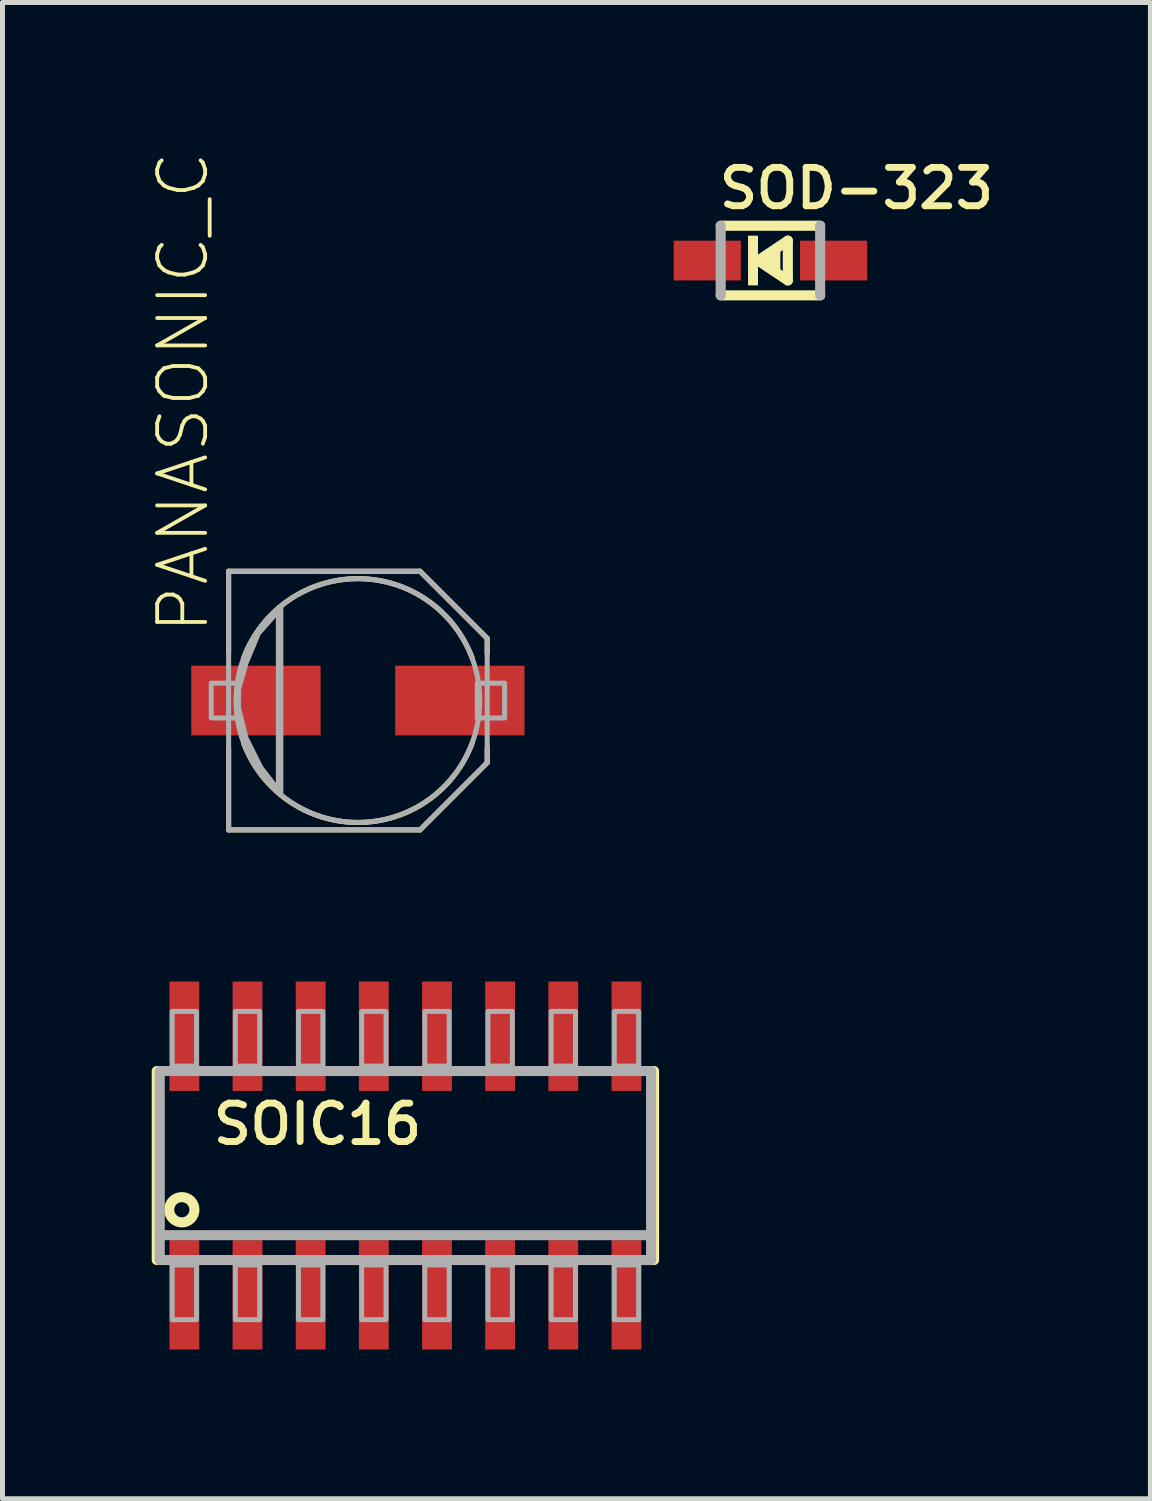
<source format=kicad_pcb>
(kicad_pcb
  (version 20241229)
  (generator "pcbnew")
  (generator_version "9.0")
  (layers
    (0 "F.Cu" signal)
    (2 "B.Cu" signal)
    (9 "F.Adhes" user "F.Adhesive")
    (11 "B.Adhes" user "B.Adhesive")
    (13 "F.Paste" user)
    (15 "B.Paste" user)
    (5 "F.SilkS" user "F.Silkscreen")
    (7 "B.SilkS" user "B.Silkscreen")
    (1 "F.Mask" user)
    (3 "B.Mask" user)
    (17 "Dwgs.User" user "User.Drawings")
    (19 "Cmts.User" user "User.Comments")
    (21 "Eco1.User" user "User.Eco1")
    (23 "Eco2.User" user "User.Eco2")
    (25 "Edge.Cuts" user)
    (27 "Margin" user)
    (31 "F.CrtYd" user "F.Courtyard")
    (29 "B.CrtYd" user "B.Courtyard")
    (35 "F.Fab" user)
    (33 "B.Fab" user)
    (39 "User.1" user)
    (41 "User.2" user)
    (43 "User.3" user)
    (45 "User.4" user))
  (footprint "SOD-323"
    (layer "F.Cu")
    (at 12.442 2.189)
    (property "Reference" "SOD-323" (at -1.1 -1 0) (layer "F.SilkS") (effects (font (size 0.772 0.772) (thickness 0.139)) (justify left bottom)))
    (attr through_hole)
    (fp_line (start -1 -0.7) (end 1 -0.7) (stroke (width 0.203) (type solid)) (layer "F.SilkS"))
    (fp_line (start -0.25 0) (end 0.35 -0.4) (stroke (width 0.203) (type solid)) (layer "F.SilkS"))
    (fp_line (start 0.35 -0.4) (end 0.35 0.4) (stroke (width 0.203) (type solid)) (layer "F.SilkS"))
    (fp_line (start 0.35 0.4) (end -0.25 0) (stroke (width 0.203) (type solid)) (layer "F.SilkS"))
    (fp_line (start 1 0.7) (end -1 0.7) (stroke (width 0.203) (type solid)) (layer "F.SilkS"))
    (fp_poly (pts (xy -0.1 0) (xy 0.2 -0.2) (xy 0.2 0.2)) (stroke (width 0) (type solid)) (fill yes) (layer "F.SilkS"))
    (fp_poly (pts (xy -0.45 0.5) (xy -0.25 0.5) (xy -0.25 -0.5) (xy -0.45 -0.5)) (stroke (width 0) (type solid)) (fill yes) (layer "F.SilkS"))
    (fp_line (start -1 0.7) (end -1 -0.7) (stroke (width 0.203) (type solid)) (layer "F.Fab"))
    (fp_line (start 1 -0.7) (end 1 0.7) (stroke (width 0.203) (type solid)) (layer "F.Fab"))
    (pad "A" smd rect (at 1.27 0) (size 1.35 0.8) (layers "F.Cu" "F.Mask" "F.Paste"))
    (pad "C" smd rect (at -1.27 0) (size 1.35 0.8) (layers "F.Cu" "F.Mask" "F.Paste")))
  (footprint "SOIC16"
    (layer "F.Cu")
    (at 5.102 20.387)
    (property "Reference" "SOIC16" (at -3.937 -0.381 0) (layer "F.SilkS") (effects (font (size 0.772 0.772) (thickness 0.139)) (justify left bottom)))
    (attr through_hole)
    (fp_line (start -5 -1.9) (end -5 1.9) (stroke (width 0.203) (type solid)) (layer "F.SilkS"))
    (fp_line (start 5 -1.9) (end 5 1.9) (stroke (width 0.203) (type solid)) (layer "F.SilkS"))
    (fp_circle (center -4.496 0.889) (end -4.242 0.889) (stroke (width 0.203) (type solid)) (fill no) (layer "F.SilkS"))
    (fp_line (start -4.94 -1.9) (end 4.94 -1.9) (stroke (width 0.203) (type solid)) (layer "F.Fab"))
    (fp_line (start -4.94 1.4) (end -4.94 -1.9) (stroke (width 0.203) (type solid)) (layer "F.Fab"))
    (fp_line (start -4.94 1.9) (end -4.94 1.4) (stroke (width 0.203) (type solid)) (layer "F.Fab"))
    (fp_line (start 4.94 -1.9) (end 4.94 1.4) (stroke (width 0.203) (type solid)) (layer "F.Fab"))
    (fp_line (start 4.94 1.4) (end -4.94 1.4) (stroke (width 0.203) (type solid)) (layer "F.Fab"))
    (fp_line (start 4.94 1.4) (end 4.94 1.9) (stroke (width 0.203) (type solid)) (layer "F.Fab"))
    (fp_line (start 4.94 1.9) (end -4.94 1.9) (stroke (width 0.203) (type solid)) (layer "F.Fab"))
    (fp_poly (pts (xy -4.69 -2) (xy -4.2 -2) (xy -4.2 -3.1) (xy -4.69 -3.1)) (stroke (width 0.1) (type solid)) (fill no) (layer "F.Fab"))
    (fp_poly (pts (xy -4.69 3.1) (xy -4.2 3.1) (xy -4.2 2) (xy -4.69 2)) (stroke (width 0.1) (type solid)) (fill no) (layer "F.Fab"))
    (fp_poly (pts (xy -3.42 -2) (xy -2.93 -2) (xy -2.93 -3.1) (xy -3.42 -3.1)) (stroke (width 0.1) (type solid)) (fill no) (layer "F.Fab"))
    (fp_poly (pts (xy -3.42 3.1) (xy -2.93 3.1) (xy -2.93 2) (xy -3.42 2)) (stroke (width 0.1) (type solid)) (fill no) (layer "F.Fab"))
    (fp_poly (pts (xy -2.15 -2) (xy -1.66 -2) (xy -1.66 -3.1) (xy -2.15 -3.1)) (stroke (width 0.1) (type solid)) (fill no) (layer "F.Fab"))
    (fp_poly (pts (xy -2.15 3.1) (xy -1.66 3.1) (xy -1.66 2) (xy -2.15 2)) (stroke (width 0.1) (type solid)) (fill no) (layer "F.Fab"))
    (fp_poly (pts (xy -0.88 -2) (xy -0.39 -2) (xy -0.39 -3.1) (xy -0.88 -3.1)) (stroke (width 0.1) (type solid)) (fill no) (layer "F.Fab"))
    (fp_poly (pts (xy -0.88 3.1) (xy -0.39 3.1) (xy -0.39 2) (xy -0.88 2)) (stroke (width 0.1) (type solid)) (fill no) (layer "F.Fab"))
    (fp_poly (pts (xy 0.39 -2) (xy 0.88 -2) (xy 0.88 -3.1) (xy 0.39 -3.1)) (stroke (width 0.1) (type solid)) (fill no) (layer "F.Fab"))
    (fp_poly (pts (xy 0.39 3.1) (xy 0.88 3.1) (xy 0.88 2) (xy 0.39 2)) (stroke (width 0.1) (type solid)) (fill no) (layer "F.Fab"))
    (fp_poly (pts (xy 1.66 -2) (xy 2.15 -2) (xy 2.15 -3.1) (xy 1.66 -3.1)) (stroke (width 0.1) (type solid)) (fill no) (layer "F.Fab"))
    (fp_poly (pts (xy 1.66 3.1) (xy 2.15 3.1) (xy 2.15 2) (xy 1.66 2)) (stroke (width 0.1) (type solid)) (fill no) (layer "F.Fab"))
    (fp_poly (pts (xy 2.93 -2) (xy 3.42 -2) (xy 3.42 -3.1) (xy 2.93 -3.1)) (stroke (width 0.1) (type solid)) (fill no) (layer "F.Fab"))
    (fp_poly (pts (xy 2.93 3.1) (xy 3.42 3.1) (xy 3.42 2) (xy 2.93 2)) (stroke (width 0.1) (type solid)) (fill no) (layer "F.Fab"))
    (fp_poly (pts (xy 4.2 -2) (xy 4.69 -2) (xy 4.69 -3.1) (xy 4.2 -3.1)) (stroke (width 0.1) (type solid)) (fill no) (layer "F.Fab"))
    (fp_poly (pts (xy 4.2 3.1) (xy 4.69 3.1) (xy 4.69 2) (xy 4.2 2)) (stroke (width 0.1) (type solid)) (fill no) (layer "F.Fab"))
    (pad "1" smd rect (at -4.445 2.6) (size 0.6 2.2) (layers "F.Cu" "F.Mask" "F.Paste"))
    (pad "2" smd rect (at -3.175 2.6) (size 0.6 2.2) (layers "F.Cu" "F.Mask" "F.Paste"))
    (pad "3" smd rect (at -1.905 2.6) (size 0.6 2.2) (layers "F.Cu" "F.Mask" "F.Paste"))
    (pad "4" smd rect (at -0.635 2.6) (size 0.6 2.2) (layers "F.Cu" "F.Mask" "F.Paste"))
    (pad "5" smd rect (at 0.635 2.6) (size 0.6 2.2) (layers "F.Cu" "F.Mask" "F.Paste"))
    (pad "6" smd rect (at 1.905 2.6) (size 0.6 2.2) (layers "F.Cu" "F.Mask" "F.Paste"))
    (pad "7" smd rect (at 3.175 2.6) (size 0.6 2.2) (layers "F.Cu" "F.Mask" "F.Paste"))
    (pad "8" smd rect (at 4.445 2.6) (size 0.6 2.2) (layers "F.Cu" "F.Mask" "F.Paste"))
    (pad "9" smd rect (at 4.445 -2.6) (size 0.6 2.2) (layers "F.Cu" "F.Mask" "F.Paste"))
    (pad "10" smd rect (at 3.175 -2.6) (size 0.6 2.2) (layers "F.Cu" "F.Mask" "F.Paste"))
    (pad "11" smd rect (at 1.905 -2.6) (size 0.6 2.2) (layers "F.Cu" "F.Mask" "F.Paste"))
    (pad "12" smd rect (at 0.635 -2.6) (size 0.6 2.2) (layers "F.Cu" "F.Mask" "F.Paste"))
    (pad "13" smd rect (at -0.635 -2.6) (size 0.6 2.2) (layers "F.Cu" "F.Mask" "F.Paste"))
    (pad "14" smd rect (at -1.905 -2.6) (size 0.6 2.2) (layers "F.Cu" "F.Mask" "F.Paste"))
    (pad "15" smd rect (at -3.175 -2.6) (size 0.6 2.2) (layers "F.Cu" "F.Mask" "F.Paste"))
    (pad "16" smd rect (at -4.445 -2.6) (size 0.6 2.2) (layers "F.Cu" "F.Mask" "F.Paste")))
  (footprint "PANASONIC_C"
    (layer "F.Cu")
    (at 4.147 11.037)
    (property "Reference" "PANASONIC_C" (at -2.95 -1.3 90) (layer "F.SilkS") (effects (font (size 0.965 0.965) (thickness 0.077)) (justify left bottom)))
    (attr through_hole)
    (fp_line (start -2.6 -2.6) (end 1.25 -2.6) (stroke (width 0.102) (type solid)) (layer "F.SilkS"))
    (fp_line (start -2.6 -0.95) (end -2.6 -2.6) (stroke (width 0.102) (type solid)) (layer "F.SilkS"))
    (fp_line (start -2.6 2.6) (end -2.6 0.95) (stroke (width 0.102) (type solid)) (layer "F.SilkS"))
    (fp_line (start 1.25 -2.6) (end 2.6 -1.25) (stroke (width 0.102) (type solid)) (layer "F.SilkS"))
    (fp_line (start 1.25 2.6) (end -2.6 2.6) (stroke (width 0.102) (type solid)) (layer "F.SilkS"))
    (fp_line (start 2.6 -1.25) (end 2.6 -0.95) (stroke (width 0.102) (type solid)) (layer "F.SilkS"))
    (fp_line (start 2.6 0.95) (end 2.6 1.25) (stroke (width 0.102) (type solid)) (layer "F.SilkS"))
    (fp_line (start 2.6 1.25) (end 1.25 2.6) (stroke (width 0.102) (type solid)) (layer "F.SilkS"))
    (fp_arc (start -2.3 -0.85) (mid 0 -2.45204) (end 2.3 -0.85) (stroke (width 0.1016) (type solid)) (layer "F.SilkS"))
    (fp_arc (start 2.3 0.85) (mid 0 2.45204) (end -2.3 0.85) (stroke (width 0.1016) (type solid)) (layer "F.SilkS"))
    (fp_line (start -2.6 -2.6) (end 1.25 -2.6) (stroke (width 0.102) (type solid)) (layer "F.Fab"))
    (fp_line (start -2.6 2.6) (end -2.6 -2.6) (stroke (width 0.102) (type solid)) (layer "F.Fab"))
    (fp_line (start -1.55 -1.85) (end -1.55 1.85) (stroke (width 0.102) (type solid)) (layer "F.Fab"))
    (fp_line (start 1.25 -2.6) (end 2.6 -1.25) (stroke (width 0.102) (type solid)) (layer "F.Fab"))
    (fp_line (start 1.25 2.6) (end -2.6 2.6) (stroke (width 0.102) (type solid)) (layer "F.Fab"))
    (fp_line (start 2.6 -1.25) (end 2.6 1.25) (stroke (width 0.102) (type solid)) (layer "F.Fab"))
    (fp_line (start 2.6 1.25) (end 1.25 2.6) (stroke (width 0.102) (type solid)) (layer "F.Fab"))
    (fp_circle (center 0 0) (end 2.45 0) (stroke (width 0.102) (type solid)) (fill no) (layer "F.Fab"))
    (fp_poly (pts (xy -2.95 0.35) (xy -2.4 0.35) (xy -2.4 -0.35) (xy -2.95 -0.35)) (stroke (width 0.1) (type solid)) (fill no) (layer "F.Fab"))
    (fp_poly (pts (xy 2.4 0.35) (xy 2.95 0.35) (xy 2.95 -0.35) (xy 2.4 -0.35)) (stroke (width 0.1) (type solid)) (fill no) (layer "F.Fab"))
    (fp_poly (pts (xy -1.6 -1.8) (xy -2 -1.35) (xy -2.25 -0.75) (xy -2.45 -0.05) (xy -2.25 0.75) (xy -1.95 1.35) (xy -1.6 1.8)) (stroke (width 0.1) (type solid)) (fill no) (layer "F.Fab"))
    (pad "+" smd rect (at 2.05 0) (size 2.6 1.4) (layers "F.Cu" "F.Mask" "F.Paste"))
    (pad "-" smd rect (at -2.05 0) (size 2.6 1.4) (layers "F.Cu" "F.Mask" "F.Paste")))
  (gr_rect
    (start -3 -3)
    (end 20.083 27.087)
    (stroke (width 0.1) (type default))
    (fill no)
    (layer "Edge.Cuts")))
</source>
